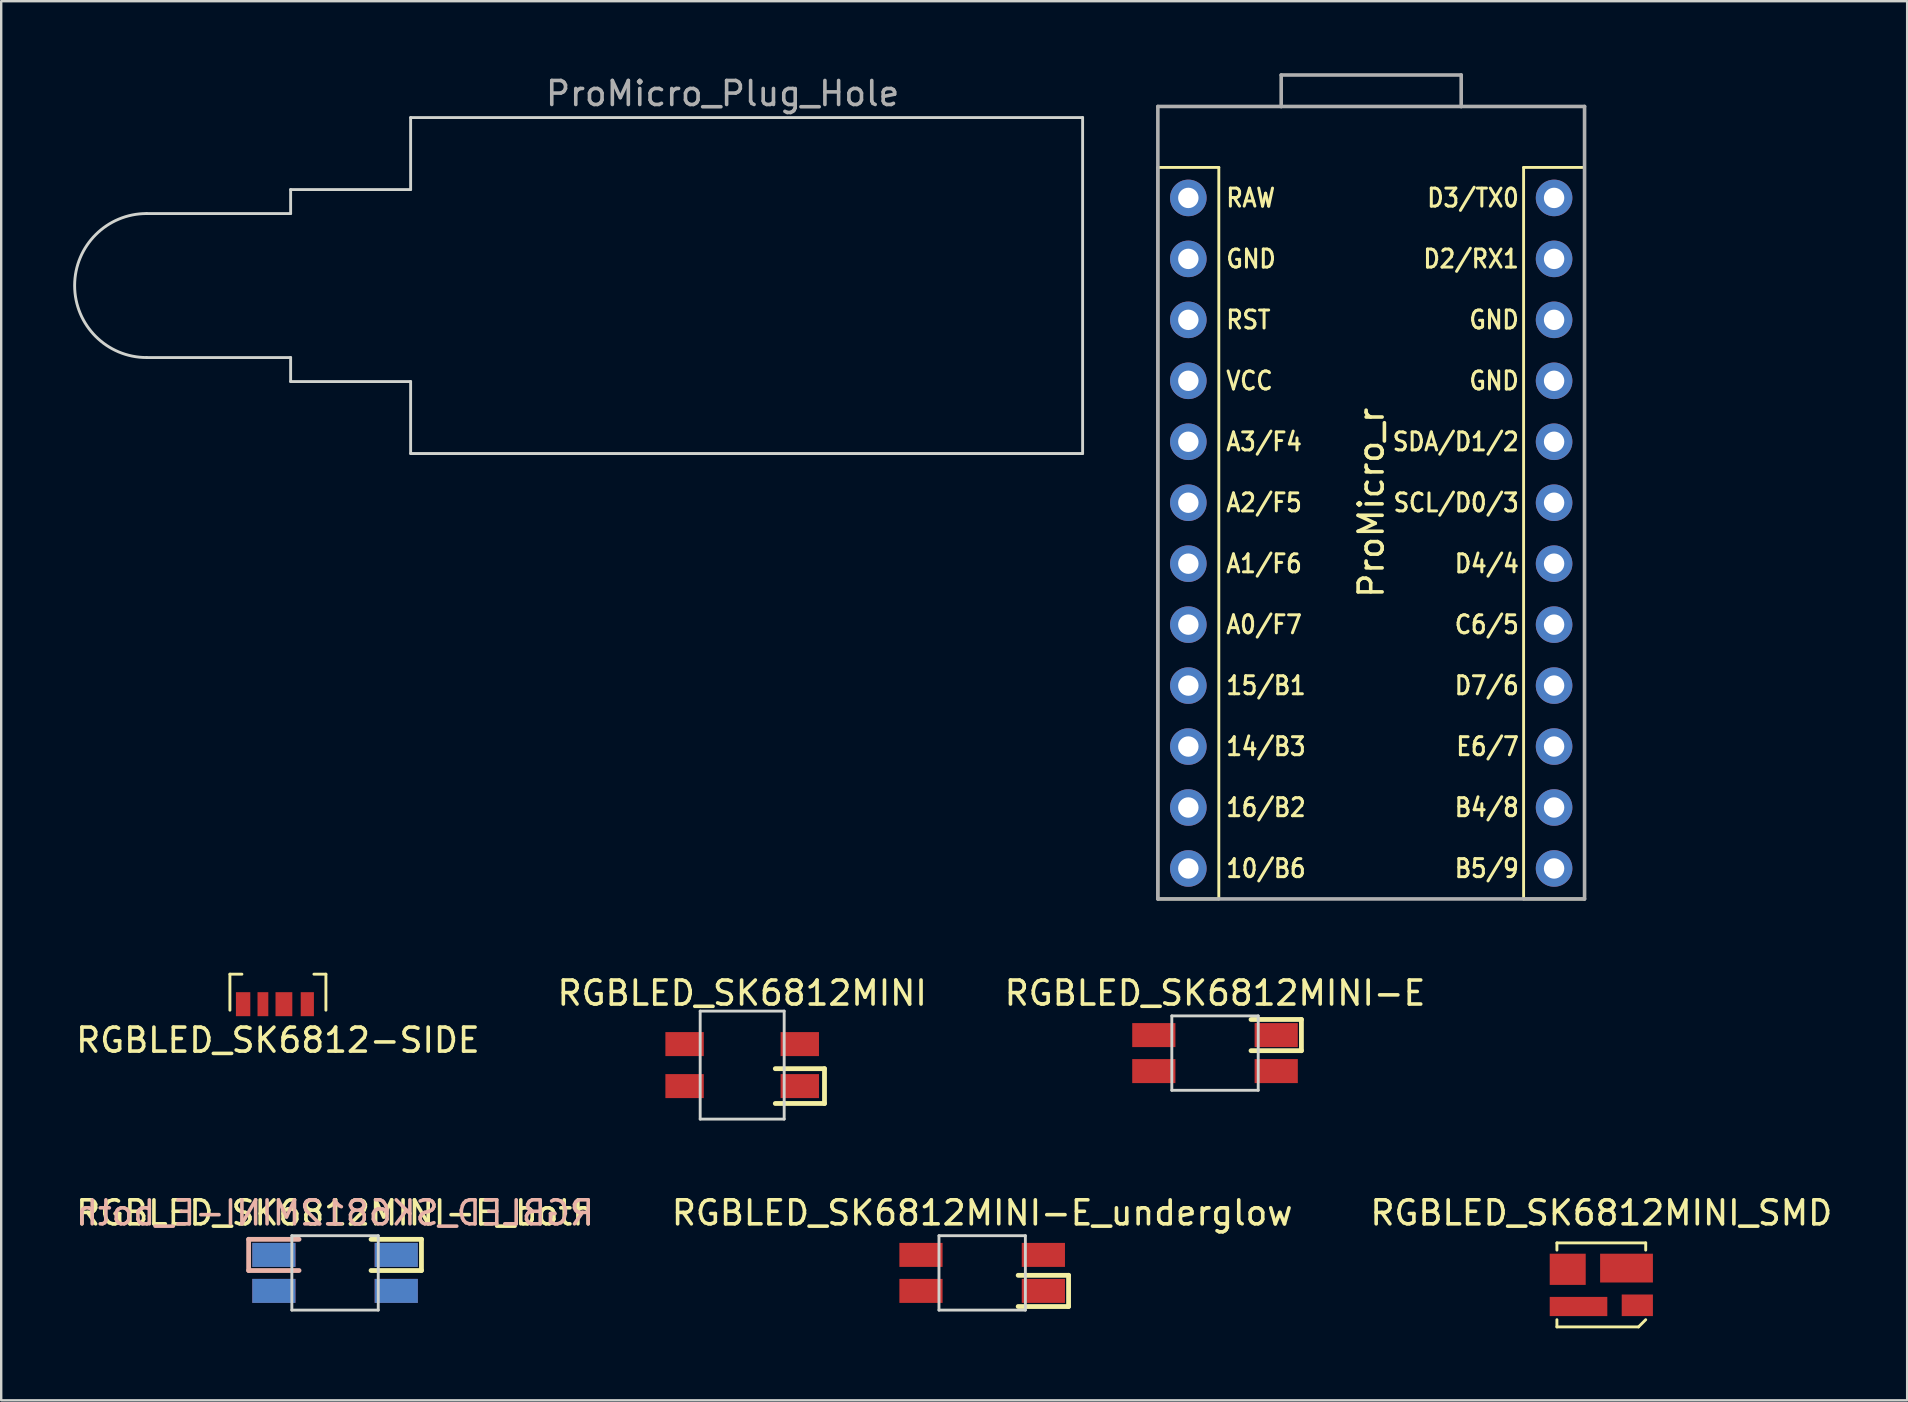
<source format=kicad_pcb>
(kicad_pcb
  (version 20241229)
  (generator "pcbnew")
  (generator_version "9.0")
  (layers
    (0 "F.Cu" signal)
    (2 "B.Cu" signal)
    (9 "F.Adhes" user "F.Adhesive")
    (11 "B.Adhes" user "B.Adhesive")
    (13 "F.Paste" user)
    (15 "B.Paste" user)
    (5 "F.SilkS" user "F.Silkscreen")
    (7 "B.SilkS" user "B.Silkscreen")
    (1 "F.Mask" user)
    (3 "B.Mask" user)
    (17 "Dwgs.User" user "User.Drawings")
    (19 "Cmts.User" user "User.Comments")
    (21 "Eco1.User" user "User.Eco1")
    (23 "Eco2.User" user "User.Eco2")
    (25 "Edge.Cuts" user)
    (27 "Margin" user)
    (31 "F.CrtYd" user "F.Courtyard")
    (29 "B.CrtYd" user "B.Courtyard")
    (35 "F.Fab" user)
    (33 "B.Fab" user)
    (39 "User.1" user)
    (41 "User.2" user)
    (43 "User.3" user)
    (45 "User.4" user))
  (footprint "ProMicro_r"
    (layer "F.Cu")
    (at 54.085 17.897)
    (property "Reference" "ProMicro_r" (at 0 0 270) (layer "F.SilkS") (effects (font (size 1 1) (thickness 0.15))))
    (attr through_hole)
    (fp_line (start -8.89 -13.97) (end -6.35 -13.97) (stroke (width 0.12) (type solid)) (layer "F.SilkS"))
    (fp_line (start -8.89 16.51) (end -8.89 -13.97) (stroke (width 0.12) (type solid)) (layer "F.SilkS"))
    (fp_line (start -6.35 -13.97) (end -6.35 16.51) (stroke (width 0.12) (type solid)) (layer "F.SilkS"))
    (fp_line (start -6.35 16.51) (end -8.89 16.51) (stroke (width 0.12) (type solid)) (layer "F.SilkS"))
    (fp_line (start 6.35 -13.97) (end 6.35 16.51) (stroke (width 0.12) (type solid)) (layer "F.SilkS"))
    (fp_line (start 6.35 16.51) (end 8.89 16.51) (stroke (width 0.12) (type solid)) (layer "F.SilkS"))
    (fp_line (start 8.89 -13.97) (end 6.35 -13.97) (stroke (width 0.12) (type solid)) (layer "F.SilkS"))
    (fp_line (start 8.89 16.51) (end 8.89 -13.97) (stroke (width 0.12) (type solid)) (layer "F.SilkS"))
    (fp_line (start -8.89 -16.51) (end -3.75 -16.51) (stroke (width 0.15) (type solid)) (layer "F.Fab"))
    (fp_line (start -8.89 16.51) (end -8.89 -16.51) (stroke (width 0.15) (type solid)) (layer "F.Fab"))
    (fp_line (start -3.75 -17.822) (end -3.75 -16.51) (stroke (width 0.15) (type solid)) (layer "F.Fab"))
    (fp_line (start -3.75 -17.822) (end 3.75 -17.822) (stroke (width 0.15) (type solid)) (layer "F.Fab"))
    (fp_line (start -3.75 -16.51) (end 3.75 -16.51) (stroke (width 0.15) (type solid)) (layer "F.Fab"))
    (fp_line (start 3.75 -17.822) (end 3.75 -16.51) (stroke (width 0.15) (type solid)) (layer "F.Fab"))
    (fp_line (start 3.75 -16.51) (end 8.89 -16.51) (stroke (width 0.15) (type solid)) (layer "F.Fab"))
    (fp_line (start 8.89 -16.51) (end 8.89 16.51) (stroke (width 0.15) (type solid)) (layer "F.Fab"))
    (fp_line (start 8.89 16.51) (end -8.89 16.51) (stroke (width 0.15) (type solid)) (layer "F.Fab"))
    (fp_text user "D7/6" (at 4.817 7.62 0) (layer "F.SilkS") (effects (font (size 0.75 0.67) (thickness 0.125))))
    (fp_text user "B4/8" (at 4.817 12.7 0) (layer "F.SilkS") (effects (font (size 0.75 0.67) (thickness 0.125))))
    (fp_text user "10/B6" (at -4.384 15.24 0) (layer "F.SilkS") (effects (font (size 0.75 0.67) (thickness 0.125))))
    (fp_text user "C6/5" (at 4.817 5.08 0) (layer "F.SilkS") (effects (font (size 0.75 0.67) (thickness 0.125))))
    (fp_text user "14/B3" (at -4.384 10.16 0) (layer "F.SilkS") (effects (font (size 0.75 0.67) (thickness 0.125))))
    (fp_text user "RAW" (at -5.022 -12.7 0) (layer "F.SilkS") (effects (font (size 0.75 0.67) (thickness 0.125))))
    (fp_text user "D2/RX1" (at 4.163 -10.16 0) (layer "F.SilkS") (effects (font (size 0.75 0.67) (thickness 0.125))))
    (fp_text user "A3/F4" (at -4.464 -2.54 0) (layer "F.SilkS") (effects (font (size 0.75 0.67) (thickness 0.125))))
    (fp_text user "D3/TX0" (at 4.243 -12.7 0) (layer "F.SilkS") (effects (font (size 0.75 0.67) (thickness 0.125))))
    (fp_text user "GND" (at 5.12 -7.62 0) (layer "F.SilkS") (effects (font (size 0.75 0.67) (thickness 0.125))))
    (fp_text user "SDA/D1/2" (at 3.525 -2.54 0) (layer "F.SilkS") (effects (font (size 0.75 0.67) (thickness 0.125))))
    (fp_text user "16/B2" (at -4.384 12.7 0) (layer "F.SilkS") (effects (font (size 0.75 0.67) (thickness 0.125))))
    (fp_text user "GND" (at -5.006 -10.16 0) (layer "F.SilkS") (effects (font (size 0.75 0.67) (thickness 0.125))))
    (fp_text user "A2/F5" (at -4.464 0 0) (layer "F.SilkS") (effects (font (size 0.75 0.67) (thickness 0.125))))
    (fp_text user "D4/4" (at 4.817 2.54 0) (layer "F.SilkS") (effects (font (size 0.75 0.67) (thickness 0.125))))
    (fp_text user "RST" (at -5.118 -7.62 0) (layer "F.SilkS") (effects (font (size 0.75 0.67) (thickness 0.125))))
    (fp_text user "B5/9" (at 4.817 15.24 0) (layer "F.SilkS") (effects (font (size 0.75 0.67) (thickness 0.125))))
    (fp_text user "VCC" (at -5.07 -5.08 0) (layer "F.SilkS") (effects (font (size 0.75 0.67) (thickness 0.125))))
    (fp_text user "E6/7" (at 4.849 10.16 0) (layer "F.SilkS") (effects (font (size 0.75 0.67) (thickness 0.125))))
    (fp_text user "SCL/D0/3" (at 3.541 0 0) (layer "F.SilkS") (effects (font (size 0.75 0.67) (thickness 0.125))))
    (fp_text user "15/B1" (at -4.384 7.62 0) (layer "F.SilkS") (effects (font (size 0.75 0.67) (thickness 0.125))))
    (fp_text user "A0/F7" (at -4.464 5.08 0) (layer "F.SilkS") (effects (font (size 0.75 0.67) (thickness 0.125))))
    (fp_text user "A1/F6" (at -4.464 2.54 0) (layer "F.SilkS") (effects (font (size 0.75 0.67) (thickness 0.125))))
    (fp_text user "GND" (at 5.12 -5.08 0) (layer "F.SilkS") (effects (font (size 0.75 0.67) (thickness 0.125))))
    (pad "1" thru_hole circle (at 7.62 -12.7) (size 1.524 1.524) (drill 0.85) (layers "*.Cu" "*.Mask"))
    (pad "2" thru_hole circle (at 7.62 -10.16) (size 1.524 1.524) (drill 0.85) (layers "*.Cu" "*.Mask"))
    (pad "3" thru_hole circle (at 7.62 -7.62) (size 1.524 1.524) (drill 0.85) (layers "*.Cu" "*.Mask"))
    (pad "4" thru_hole circle (at 7.62 -5.08) (size 1.524 1.524) (drill 0.85) (layers "*.Cu" "*.Mask"))
    (pad "5" thru_hole circle (at 7.62 -2.54) (size 1.524 1.524) (drill 0.85) (layers "*.Cu" "*.Mask"))
    (pad "6" thru_hole circle (at 7.62 0) (size 1.524 1.524) (drill 0.85) (layers "*.Cu" "*.Mask"))
    (pad "7" thru_hole circle (at 7.62 2.54) (size 1.524 1.524) (drill 0.85) (layers "*.Cu" "*.Mask"))
    (pad "8" thru_hole circle (at 7.62 5.08) (size 1.524 1.524) (drill 0.85) (layers "*.Cu" "*.Mask"))
    (pad "9" thru_hole circle (at 7.62 7.62) (size 1.524 1.524) (drill 0.85) (layers "*.Cu" "*.Mask"))
    (pad "10" thru_hole circle (at 7.62 10.16) (size 1.524 1.524) (drill 0.85) (layers "*.Cu" "*.Mask"))
    (pad "11" thru_hole circle (at 7.62 12.7) (size 1.524 1.524) (drill 0.85) (layers "*.Cu" "*.Mask"))
    (pad "12" thru_hole circle (at 7.62 15.24) (size 1.524 1.524) (drill 0.85) (layers "*.Cu" "*.Mask"))
    (pad "13" thru_hole circle (at -7.62 15.24) (size 1.524 1.524) (drill 0.85) (layers "*.Cu" "*.Mask"))
    (pad "14" thru_hole circle (at -7.62 12.7) (size 1.524 1.524) (drill 0.85) (layers "*.Cu" "*.Mask"))
    (pad "15" thru_hole circle (at -7.62 10.16) (size 1.524 1.524) (drill 0.85) (layers "*.Cu" "*.Mask"))
    (pad "16" thru_hole circle (at -7.62 7.62) (size 1.524 1.524) (drill 0.85) (layers "*.Cu" "*.Mask"))
    (pad "17" thru_hole circle (at -7.62 5.08) (size 1.524 1.524) (drill 0.85) (layers "*.Cu" "*.Mask"))
    (pad "18" thru_hole circle (at -7.62 2.54) (size 1.524 1.524) (drill 0.85) (layers "*.Cu" "*.Mask"))
    (pad "19" thru_hole circle (at -7.62 0) (size 1.524 1.524) (drill 0.85) (layers "*.Cu" "*.Mask"))
    (pad "20" thru_hole circle (at -7.62 -2.54) (size 1.524 1.524) (drill 0.85) (layers "*.Cu" "*.Mask"))
    (pad "21" thru_hole circle (at -7.62 -5.08) (size 1.524 1.524) (drill 0.85) (layers "*.Cu" "*.Mask"))
    (pad "22" thru_hole circle (at -7.62 -7.62) (size 1.524 1.524) (drill 0.85) (layers "*.Cu" "*.Mask"))
    (pad "23" thru_hole circle (at -7.62 -10.16) (size 1.524 1.524) (drill 0.85) (layers "*.Cu" "*.Mask"))
    (pad "24" thru_hole circle (at -7.62 -12.7) (size 1.524 1.524) (drill 0.85) (layers "*.Cu" "*.Mask")))
  (footprint "RGBLED_SK6812MINI_SMD"
    (layer "F.Cu")
    (at 63.673 50.489)
    (property "Reference" "RGBLED_SK6812MINI_SMD" (at 0 -3 0) (layer "F.SilkS") (effects (font (size 1 1) (thickness 0.15))))
    (attr smd)
    (fp_line (start -1.85 -1.75) (end -1.85 -1.45) (stroke (width 0.12) (type solid)) (layer "F.SilkS"))
    (fp_line (start -1.85 -1.75) (end 1.85 -1.75) (stroke (width 0.12) (type solid)) (layer "F.SilkS"))
    (fp_line (start -1.85 1.75) (end -1.85 1.45) (stroke (width 0.12) (type solid)) (layer "F.SilkS"))
    (fp_line (start -1.85 1.75) (end 1.55 1.75) (stroke (width 0.12) (type solid)) (layer "F.SilkS"))
    (fp_line (start 1.55 1.75) (end 1.85 1.45) (stroke (width 0.12) (type solid)) (layer "F.SilkS"))
    (fp_line (start 1.85 -1.75) (end 1.85 -1.45) (stroke (width 0.12) (type solid)) (layer "F.SilkS"))
    (pad "1" smd rect (at 1.5 0.85) (size 1.3 0.9) (layers "F.Cu" "F.Mask" "F.Paste"))
    (pad "2" smd rect (at 1.05 -0.7) (size 2.2 1.2) (layers "F.Cu" "F.Mask" "F.Paste"))
    (pad "3" smd rect (at -1.4 -0.65) (size 1.5 1.3) (layers "F.Cu" "F.Mask" "F.Paste"))
    (pad "4" smd rect (at -0.95 0.9) (size 2.4 0.8) (layers "F.Cu" "F.Mask" "F.Paste")))
  (footprint "RGBLED_SK6812MINI-E_both"
    (layer "F.Cu")
    (at 10.911 49.989)
    (property "Reference" "RGBLED_SK6812MINI-E_both" (at 0 -2.5 180) (layer "F.SilkS") (effects (font (size 1 1) (thickness 0.15))))
    (attr through_hole)
    (fp_line (start 1.5 -1.4) (end 3.6 -1.4) (stroke (width 0.2) (type solid)) (layer "F.SilkS"))
    (fp_line (start 3.6 -1.4) (end 3.6 -0.1) (stroke (width 0.2) (type solid)) (layer "F.SilkS"))
    (fp_line (start 3.6 -0.1) (end 1.5 -0.1) (stroke (width 0.2) (type solid)) (layer "F.SilkS"))
    (fp_line (start -3.6 -1.4) (end -1.5 -1.4) (stroke (width 0.2) (type solid)) (layer "B.SilkS"))
    (fp_line (start -3.6 -0.1) (end -3.6 -1.4) (stroke (width 0.2) (type solid)) (layer "B.SilkS"))
    (fp_line (start -1.5 -0.1) (end -3.6 -0.1) (stroke (width 0.2) (type solid)) (layer "B.SilkS"))
    (fp_line (start -1.8 -1.55) (end -1.8 1.55) (stroke (width 0.12) (type solid)) (layer "Edge.Cuts"))
    (fp_line (start -1.8 1.55) (end 1.8 1.55) (stroke (width 0.12) (type solid)) (layer "Edge.Cuts"))
    (fp_line (start 1.8 -1.55) (end -1.8 -1.55) (stroke (width 0.12) (type solid)) (layer "Edge.Cuts"))
    (fp_line (start 1.8 1.55) (end 1.8 -1.55) (stroke (width 0.12) (type solid)) (layer "Edge.Cuts"))
    (fp_text user "${REFERENCE}" (at 0 -2.5 180) (layer "B.SilkS") (effects (font (size 1 1) (thickness 0.15)) (justify mirror)))
    (pad "1" smd rect (at -2.55 0.75) (size 1.8 1) (layers "F.Cu" "F.Mask" "F.Paste"))
    (pad "1" smd rect (at 2.55 0.75) (size 1.8 1) (layers "B.Cu" "B.Mask" "B.Paste"))
    (pad "2" smd rect (at -2.55 -0.75) (size 1.8 1) (layers "F.Cu" "F.Mask" "F.Paste"))
    (pad "2" smd rect (at 2.55 -0.75) (size 1.8 1) (layers "B.Cu" "B.Mask" "B.Paste"))
    (pad "3" smd rect (at -2.55 -0.75) (size 1.8 1) (layers "B.Cu" "B.Mask" "B.Paste"))
    (pad "3" smd rect (at 2.55 -0.75) (size 1.8 1) (layers "F.Cu" "F.Mask" "F.Paste"))
    (pad "4" smd rect (at -2.55 0.75) (size 1.8 1) (layers "B.Cu" "B.Mask" "B.Paste"))
    (pad "4" smd rect (at 2.55 0.75) (size 1.8 1) (layers "F.Cu" "F.Mask" "F.Paste")))
  (footprint "RGBLED_SK6812MINI"
    (layer "F.Cu")
    (at 27.875 41.33)
    (property "Reference" "RGBLED_SK6812MINI" (at 0 -3 0) (layer "F.SilkS") (effects (font (size 1 1) (thickness 0.15))))
    (attr through_hole)
    (fp_line (start 1.38 0.15) (end 3.43 0.15) (stroke (width 0.2) (type solid)) (layer "F.SilkS"))
    (fp_line (start 3.43 0.15) (end 3.43 1.6) (stroke (width 0.2) (type solid)) (layer "F.SilkS"))
    (fp_line (start 3.43 1.6) (end 1.38 1.6) (stroke (width 0.2) (type solid)) (layer "F.SilkS"))
    (fp_line (start -1.75 -2.25) (end -1.75 2.25) (stroke (width 0.12) (type solid)) (layer "Edge.Cuts"))
    (fp_line (start -1.75 -2.25) (end 1.75 -2.25) (stroke (width 0.12) (type solid)) (layer "Edge.Cuts"))
    (fp_line (start 1.75 -2.25) (end 1.75 2.25) (stroke (width 0.12) (type solid)) (layer "Edge.Cuts"))
    (fp_line (start 1.75 2.25) (end -1.75 2.25) (stroke (width 0.12) (type solid)) (layer "Edge.Cuts"))
    (pad "1" smd rect (at -2.4 0.875) (size 1.6 1) (layers "F.Cu" "F.Mask" "F.Paste"))
    (pad "2" smd rect (at -2.4 -0.875) (size 1.6 1) (layers "F.Cu" "F.Mask" "F.Paste"))
    (pad "3" smd rect (at 2.4 -0.875) (size 1.6 1) (layers "F.Cu" "F.Mask" "F.Paste"))
    (pad "4" smd rect (at 2.4 0.875) (size 1.6 1) (layers "F.Cu" "F.Mask" "F.Paste")))
  (footprint "RGBLED_SK6812MINI-E_underglow"
    (layer "F.Cu")
    (at 37.875 49.989)
    (property "Reference" "RGBLED_SK6812MINI-E_underglow" (at 0 -2.5 180) (layer "F.SilkS") (effects (font (size 1 1) (thickness 0.15))))
    (attr smd)
    (fp_line (start 1.5 0.1) (end 3.6 0.1) (stroke (width 0.2) (type solid)) (layer "F.SilkS"))
    (fp_line (start 3.6 0.1) (end 3.6 1.4) (stroke (width 0.2) (type solid)) (layer "F.SilkS"))
    (fp_line (start 3.6 1.4) (end 1.5 1.4) (stroke (width 0.2) (type solid)) (layer "F.SilkS"))
    (fp_line (start -1.8 -1.55) (end -1.8 1.55) (stroke (width 0.12) (type solid)) (layer "Edge.Cuts"))
    (fp_line (start -1.8 1.55) (end 1.8 1.55) (stroke (width 0.12) (type solid)) (layer "Edge.Cuts"))
    (fp_line (start 1.8 -1.55) (end -1.8 -1.55) (stroke (width 0.12) (type solid)) (layer "Edge.Cuts"))
    (fp_line (start 1.8 1.55) (end 1.8 -1.55) (stroke (width 0.12) (type solid)) (layer "Edge.Cuts"))
    (pad "1" smd rect (at -2.55 -0.75) (size 1.8 1) (layers "F.Cu" "F.Mask" "F.Paste"))
    (pad "2" smd rect (at -2.55 0.75) (size 1.8 1) (layers "F.Cu" "F.Mask" "F.Paste"))
    (pad "3" smd rect (at 2.55 0.75) (size 1.8 1) (layers "F.Cu" "F.Mask" "F.Paste"))
    (pad "4" smd rect (at 2.55 -0.75) (size 1.8 1) (layers "F.Cu" "F.Mask" "F.Paste")))
  (footprint "ProMicro_Plug_Hole"
    (layer "F.Cu")
    (at 41.06 8.848)
    (property "Reference" "ProMicro_Plug_Hole" (at -14 -8 0) (layer "F.Fab") (effects (font (size 1 1) (thickness 0.15))))
    (attr through_hole)
    (fp_line (start -38 -3) (end -32 -3) (stroke (width 0.12) (type solid)) (layer "Edge.Cuts"))
    (fp_line (start -38 3) (end -32 3) (stroke (width 0.12) (type solid)) (layer "Edge.Cuts"))
    (fp_line (start -32 -4) (end -32 -3) (stroke (width 0.12) (type solid)) (layer "Edge.Cuts"))
    (fp_line (start -32 -4) (end -27 -4) (stroke (width 0.12) (type solid)) (layer "Edge.Cuts"))
    (fp_line (start -32 3) (end -32 4) (stroke (width 0.12) (type solid)) (layer "Edge.Cuts"))
    (fp_line (start -32 4) (end -27 4) (stroke (width 0.12) (type solid)) (layer "Edge.Cuts"))
    (fp_line (start -27 -7) (end -27 -4) (stroke (width 0.12) (type solid)) (layer "Edge.Cuts"))
    (fp_line (start -27 -7) (end 1 -7) (stroke (width 0.12) (type solid)) (layer "Edge.Cuts"))
    (fp_line (start -27 4) (end -27 7) (stroke (width 0.12) (type solid)) (layer "Edge.Cuts"))
    (fp_line (start -27 7) (end 1 7) (stroke (width 0.12) (type solid)) (layer "Edge.Cuts"))
    (fp_line (start 1 -7) (end 1 7) (stroke (width 0.12) (type solid)) (layer "Edge.Cuts"))
    (fp_arc (start -38 3) (mid -41 0) (end -38 -3) (stroke (width 0.12) (type solid)) (layer "Edge.Cuts")))
  (footprint "RGBLED_SK6812MINI-E"
    (layer "F.Cu")
    (at 47.577 40.83)
    (property "Reference" "RGBLED_SK6812MINI-E" (at 0 -2.5 180) (layer "F.SilkS") (effects (font (size 1 1) (thickness 0.15))))
    (attr smd)
    (fp_line (start 1.5 -1.4) (end 3.6 -1.4) (stroke (width 0.2) (type solid)) (layer "F.SilkS"))
    (fp_line (start 3.6 -1.4) (end 3.6 -0.1) (stroke (width 0.2) (type solid)) (layer "F.SilkS"))
    (fp_line (start 3.6 -0.1) (end 1.5 -0.1) (stroke (width 0.2) (type solid)) (layer "F.SilkS"))
    (fp_line (start -1.8 -1.55) (end -1.8 1.55) (stroke (width 0.12) (type solid)) (layer "Edge.Cuts"))
    (fp_line (start -1.8 1.55) (end 1.8 1.55) (stroke (width 0.12) (type solid)) (layer "Edge.Cuts"))
    (fp_line (start 1.8 -1.55) (end -1.8 -1.55) (stroke (width 0.12) (type solid)) (layer "Edge.Cuts"))
    (fp_line (start 1.8 1.55) (end 1.8 -1.55) (stroke (width 0.12) (type solid)) (layer "Edge.Cuts"))
    (pad "1" smd rect (at -2.55 0.75) (size 1.8 1) (layers "F.Cu" "F.Mask" "F.Paste"))
    (pad "2" smd rect (at -2.55 -0.75) (size 1.8 1) (layers "F.Cu" "F.Mask" "F.Paste"))
    (pad "3" smd rect (at 2.55 -0.75) (size 1.8 1) (layers "F.Cu" "F.Mask" "F.Paste"))
    (pad "4" smd rect (at 2.55 0.75) (size 1.8 1) (layers "F.Cu" "F.Mask" "F.Paste")))
  (footprint "RGBLED_SK6812-SIDE"
    (layer "F.Cu")
    (at 8.53 38.292)
    (property "Reference" "RGBLED_SK6812-SIDE" (at 0 2 0) (layer "F.SilkS") (effects (font (size 1 1) (thickness 0.15))))
    (attr smd)
    (fp_line (start -2 -0.75) (end -2 0.75) (stroke (width 0.12) (type solid)) (layer "F.SilkS"))
    (fp_line (start -1.5 -0.75) (end -2 -0.75) (stroke (width 0.12) (type solid)) (layer "F.SilkS"))
    (fp_line (start 1.5 -0.75) (end 2 -0.75) (stroke (width 0.12) (type solid)) (layer "F.SilkS"))
    (fp_line (start 2 -0.75) (end 2 0.75) (stroke (width 0.12) (type solid)) (layer "F.SilkS"))
    (pad "1" smd rect (at 1.225 0.5) (size 0.55 1) (layers "F.Cu" "F.Mask" "F.Paste"))
    (pad "2" smd rect (at 0.25 0.5) (size 0.7 1) (layers "F.Cu" "F.Mask" "F.Paste"))
    (pad "3" smd rect (at -0.625 0.5) (size 0.45 1) (layers "F.Cu" "F.Mask" "F.Paste"))
    (pad "4" smd rect (at -1.45 0.5) (size 0.6 1) (layers "F.Cu" "F.Mask" "F.Paste")))
  (gr_rect
    (start -3 -3)
    (end 76.417 55.298)
    (stroke (width 0.1) (type default))
    (fill no)
    (layer "Edge.Cuts")))
</source>
